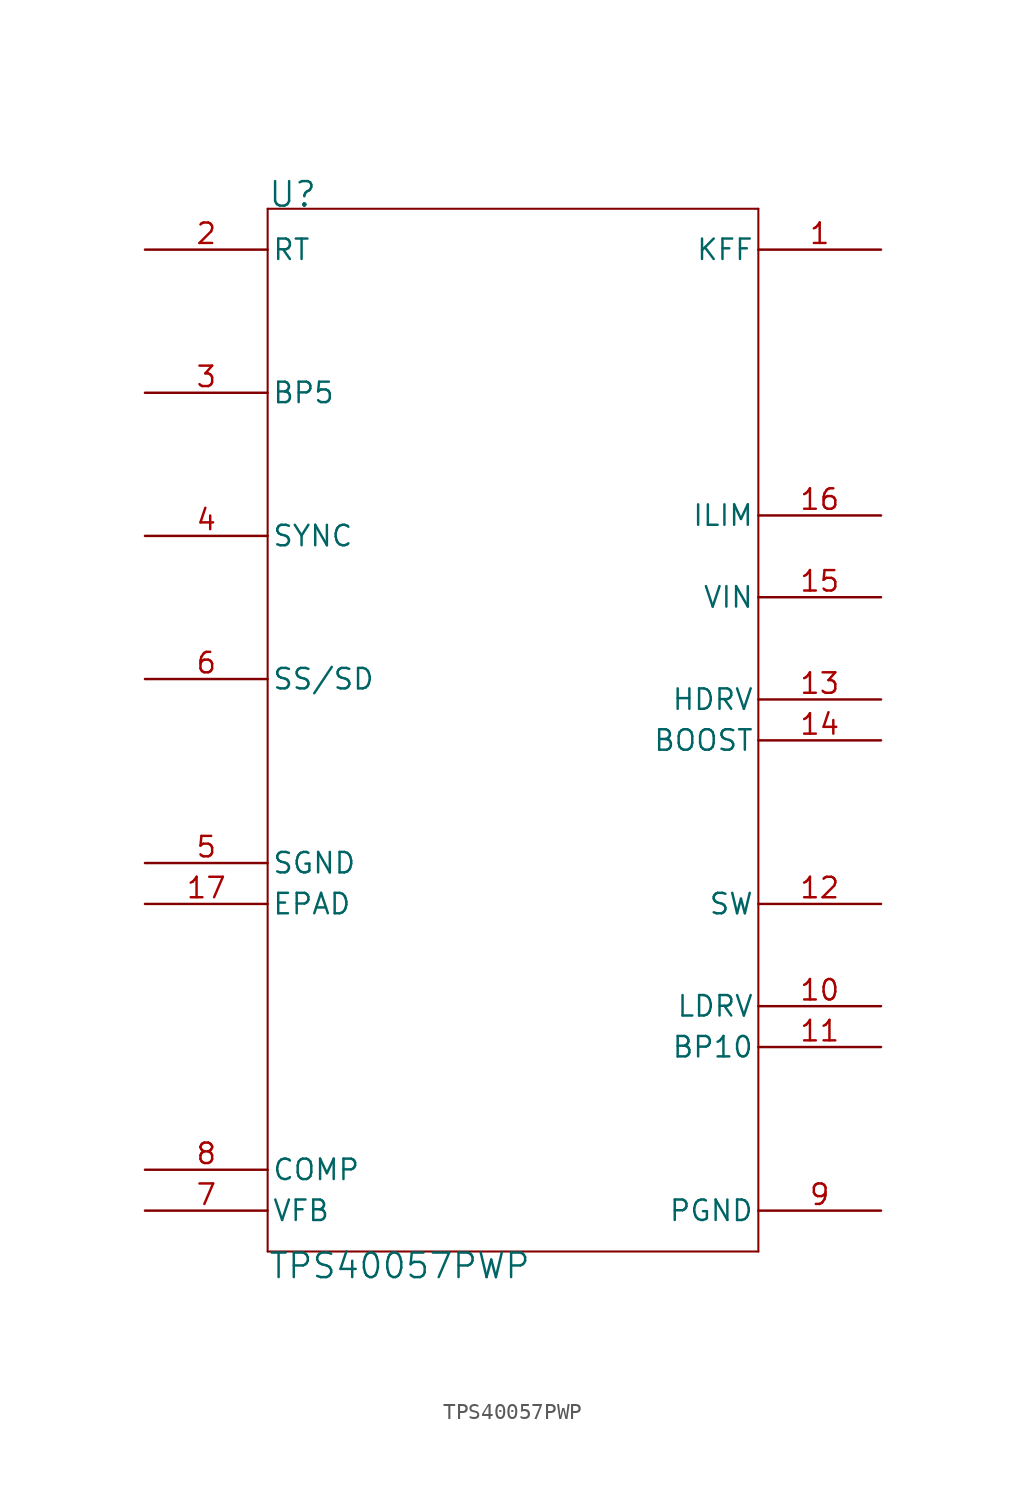
<source format=kicad_sym>
(kicad_symbol_lib
  (version 20211014)
  (generator kicad_symbol_editor)
  (symbol "TPS40057PWP"
    (pin_names
      (offset 0.254))
    (property "Reference" "U"
      (at 0 2.54 0)
      (effects (font (size 1.524 1.524)) (justify left bottom)))
    (property "Value" "TPS40057PWP"
      (at 0 -62.23 0)
      (effects (font (size 1.524 1.524)) (justify left top)))
    (symbol "TPS40057PWP_0_1"
      (polyline (pts (xy 0 -62.23) (xy 30.48 -62.23)) (stroke (width 0.127) (type default) (color 0 0 0 0)) (fill (type none)))
      (polyline (pts (xy 0 2.54) (xy 0 -62.23)) (stroke (width 0.127) (type default) (color 0 0 0 0)) (fill (type none)))
      (polyline (pts (xy 30.48 -62.23) (xy 30.48 2.54)) (stroke (width 0.127) (type default) (color 0 0 0 0)) (fill (type none)))
      (polyline (pts (xy 30.48 2.54) (xy 0 2.54)) (stroke (width 0.127) (type default) (color 0 0 0 0)) (fill (type none)))
      (pin input line (at 38.1 0 180) (length 7.62) (name "KFF" (effects (font (size 1.27 1.27)))) (number "1" (effects (font (size 1.27 1.27)))))
      (pin output line (at 38.1 -46.99 180) (length 7.62) (name "LDRV" (effects (font (size 1.27 1.27)))) (number "10" (effects (font (size 1.27 1.27)))))
      (pin output line (at 38.1 -49.53 180) (length 7.62) (name "BP10" (effects (font (size 1.27 1.27)))) (number "11" (effects (font (size 1.27 1.27)))))
      (pin input line (at 38.1 -40.64 180) (length 7.62) (name "SW" (effects (font (size 1.27 1.27)))) (number "12" (effects (font (size 1.27 1.27)))))
      (pin output line (at 38.1 -27.94 180) (length 7.62) (name "HDRV" (effects (font (size 1.27 1.27)))) (number "13" (effects (font (size 1.27 1.27)))))
      (pin output line (at 38.1 -30.48 180) (length 7.62) (name "BOOST" (effects (font (size 1.27 1.27)))) (number "14" (effects (font (size 1.27 1.27)))))
      (pin input line (at 38.1 -21.59 180) (length 7.62) (name "VIN" (effects (font (size 1.27 1.27)))) (number "15" (effects (font (size 1.27 1.27)))))
      (pin input line (at 38.1 -16.51 180) (length 7.62) (name "ILIM" (effects (font (size 1.27 1.27)))) (number "16" (effects (font (size 1.27 1.27)))))
      (pin passive line (at -7.62 -40.64 0) (length 7.62) (name "EPAD" (effects (font (size 1.27 1.27)))) (number "17" (effects (font (size 1.27 1.27)))))
      (pin input line (at -7.62 0 0) (length 7.62) (name "RT" (effects (font (size 1.27 1.27)))) (number "2" (effects (font (size 1.27 1.27)))))
      (pin output line (at -7.62 -8.89 0) (length 7.62) (name "BP5" (effects (font (size 1.27 1.27)))) (number "3" (effects (font (size 1.27 1.27)))))
      (pin input line (at -7.62 -17.78 0) (length 7.62) (name "SYNC" (effects (font (size 1.27 1.27)))) (number "4" (effects (font (size 1.27 1.27)))))
      (pin power_in line (at -7.62 -38.1 0) (length 7.62) (name "SGND" (effects (font (size 1.27 1.27)))) (number "5" (effects (font (size 1.27 1.27)))))
      (pin input line (at -7.62 -26.67 0) (length 7.62) (name "SS/SD" (effects (font (size 1.27 1.27)))) (number "6" (effects (font (size 1.27 1.27)))))
      (pin input line (at -7.62 -59.69 0) (length 7.62) (name "VFB" (effects (font (size 1.27 1.27)))) (number "7" (effects (font (size 1.27 1.27)))))
      (pin output line (at -7.62 -57.15 0) (length 7.62) (name "COMP" (effects (font (size 1.27 1.27)))) (number "8" (effects (font (size 1.27 1.27)))))
      (pin power_in line (at 38.1 -59.69 180) (length 7.62) (name "PGND" (effects (font (size 1.27 1.27)))) (number "9" (effects (font (size 1.27 1.27))))))))
</source>
